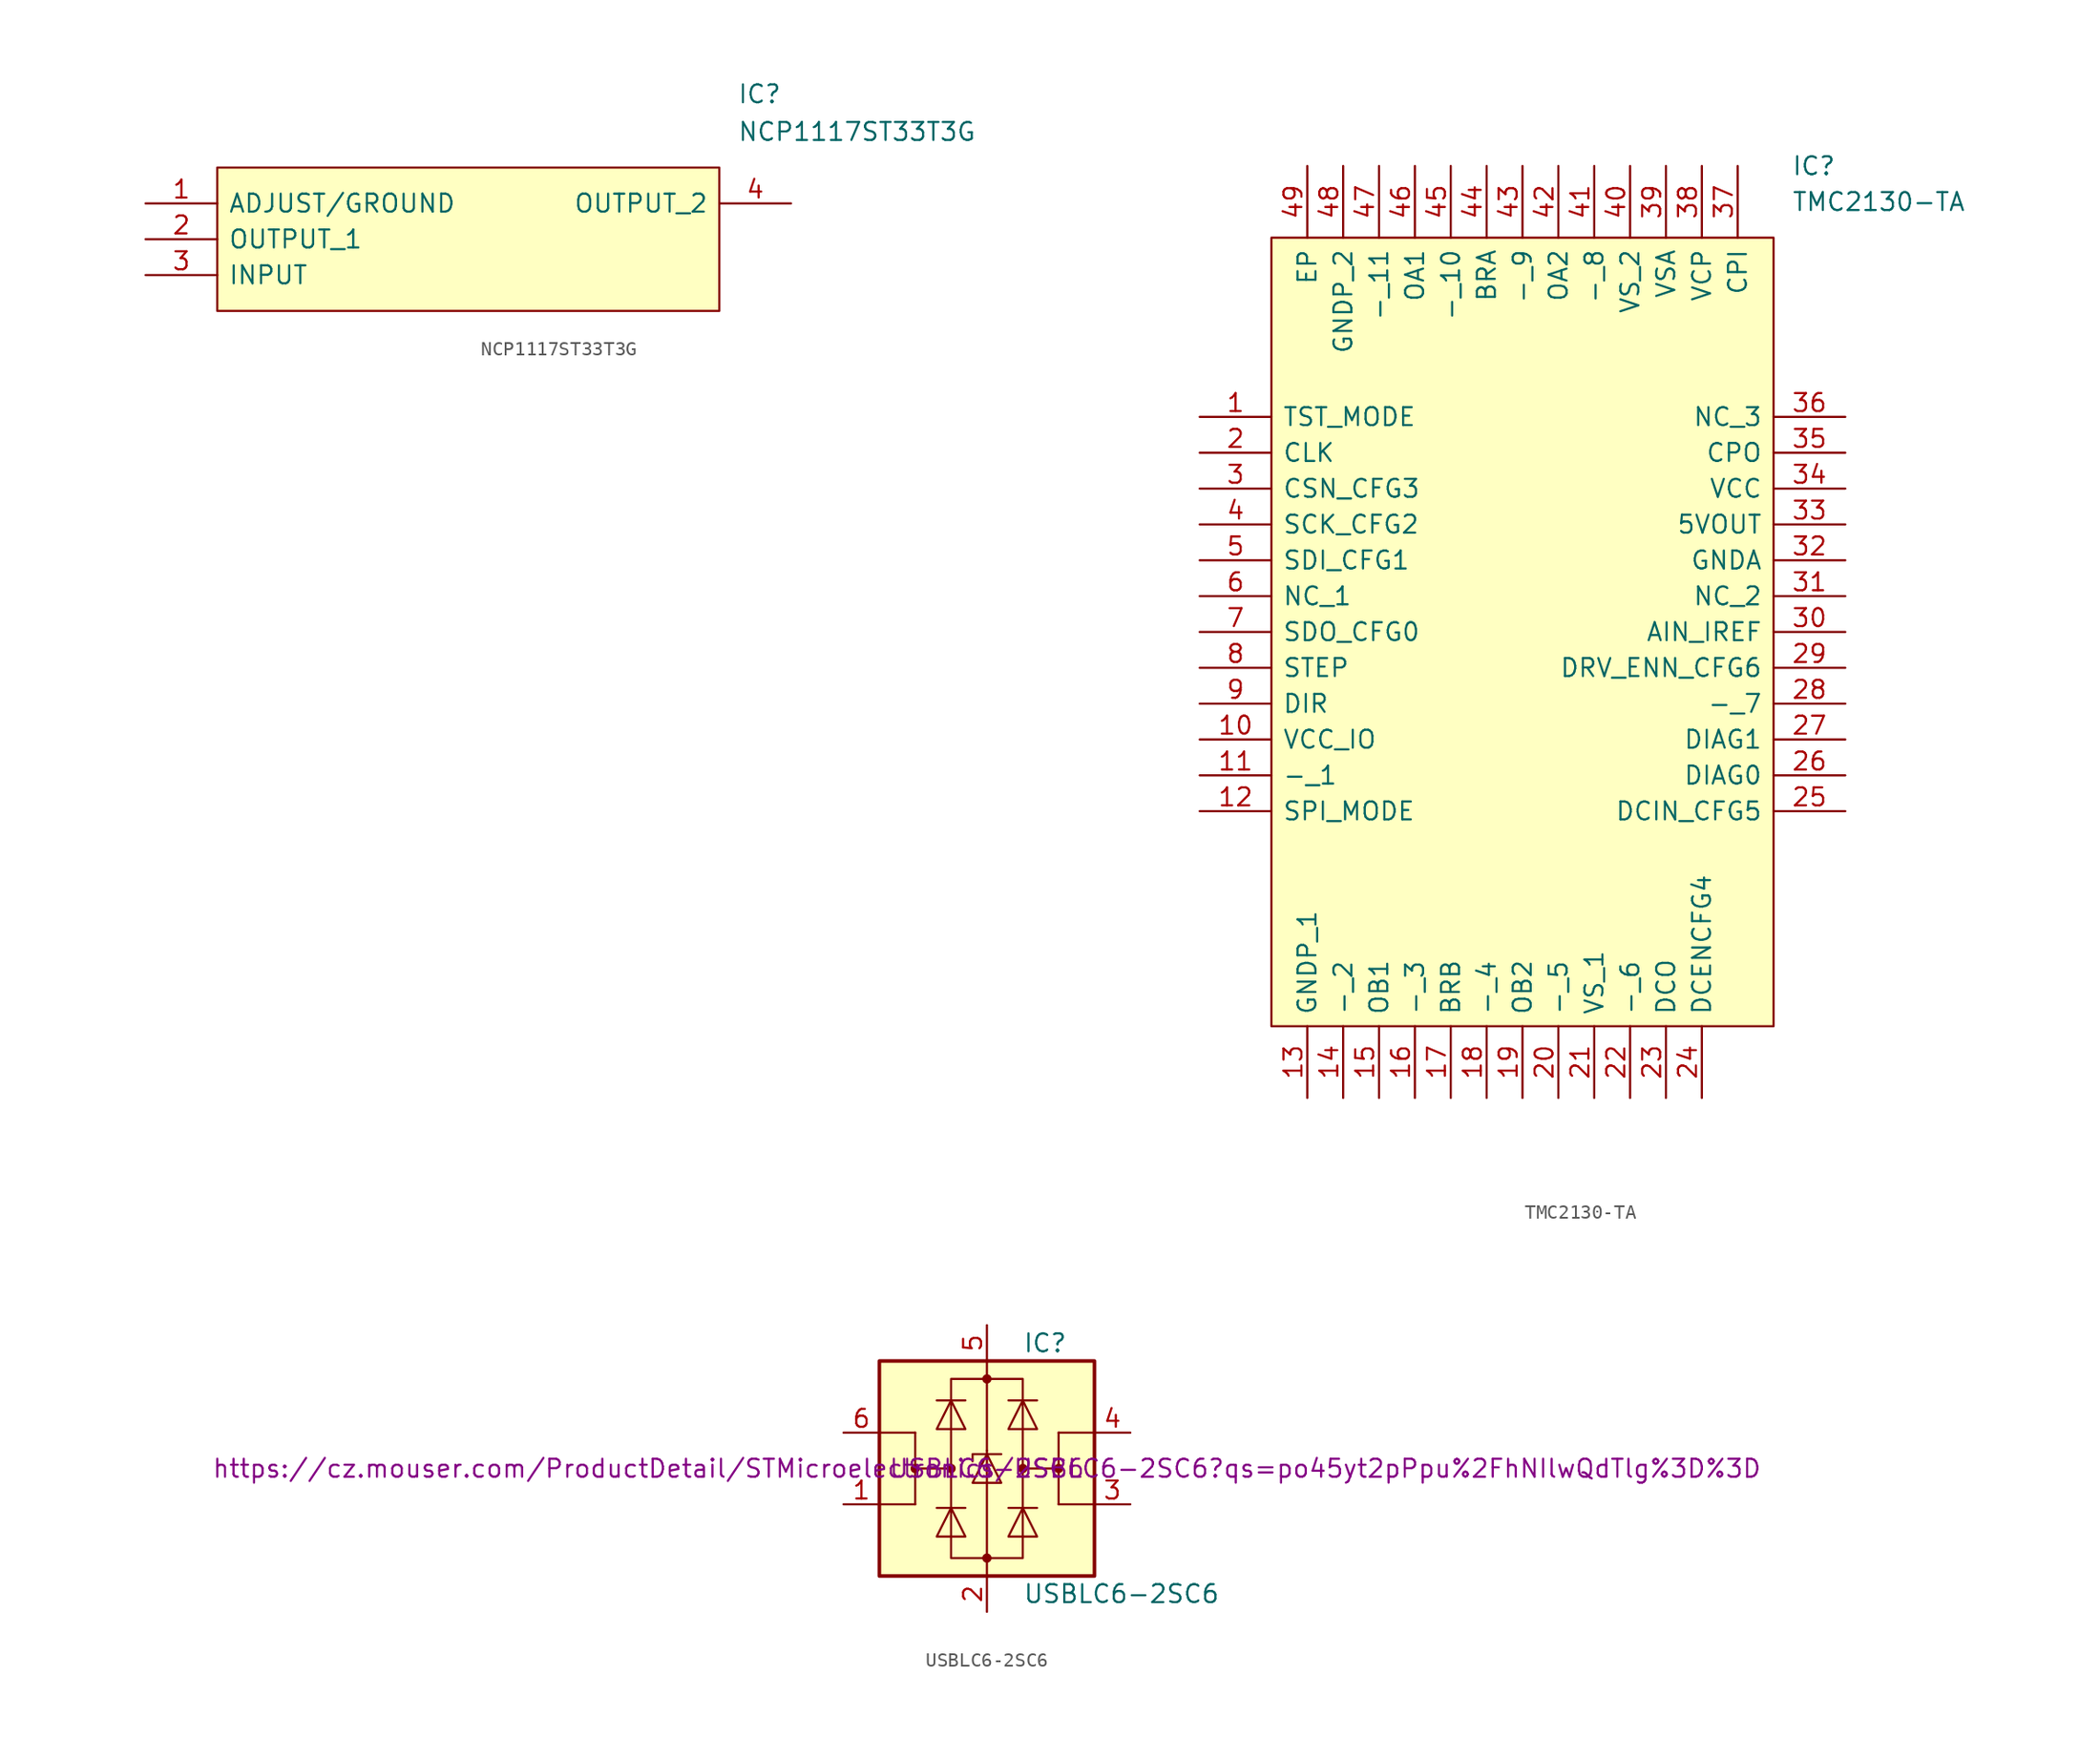
<source format=kicad_sym>
(kicad_symbol_lib
  (version 20220914)
  (generator kicad_symbol_editor)
  (symbol "NCP1117ST33T3G"
    (pin_names
      (offset 0.762))
    (property "Reference" "IC"
      (at 41.91 7.747 0)
      (effects (font (size 1.27 1.27)) (justify left)))
    (property "Value" "NCP1117ST33T3G"
      (at 41.91 5.08 0)
      (effects (font (size 1.27 1.27)) (justify left)))
    (symbol "NCP1117ST33T3G_0_0"
      (pin passive line (at 0 0 0) (length 5.08) (name "ADJUST/GROUND" (effects (font (size 1.27 1.27)))) (number "1" (effects (font (size 1.27 1.27)))))
      (pin passive line (at 0 -2.54 0) (length 5.08) (name "OUTPUT_1" (effects (font (size 1.27 1.27)))) (number "2" (effects (font (size 1.27 1.27)))))
      (pin passive line (at 0 -5.08 0) (length 5.08) (name "INPUT" (effects (font (size 1.27 1.27)))) (number "3" (effects (font (size 1.27 1.27)))))
      (pin passive line (at 45.72 0 180) (length 5.08) (name "OUTPUT_2" (effects (font (size 1.27 1.27)))) (number "4" (effects (font (size 1.27 1.27))))))
    (symbol "NCP1117ST33T3G_1_1"
      (polyline (pts (xy 5.08 2.54) (xy 40.64 2.54) (xy 40.64 -7.62) (xy 5.08 -7.62) (xy 5.08 2.54)) (stroke (width 0.152) (type solid)) (fill (type background)))))
  (symbol "TMC2130-TA"
    (pin_names
      (offset 0.762))
    (property "Reference" "IC"
      (at 41.91 17.78 0)
      (effects (font (size 1.27 1.27)) (justify left)))
    (property "Value" "TMC2130-TA"
      (at 41.91 15.24 0)
      (effects (font (size 1.27 1.27)) (justify left)))
    (symbol "TMC2130-TA_0_0"
      (pin passive line (at 0 0 0) (length 5.08) (name "TST_MODE" (effects (font (size 1.27 1.27)))) (number "1" (effects (font (size 1.27 1.27)))))
      (pin passive line (at 0 -22.86 0) (length 5.08) (name "VCC_IO" (effects (font (size 1.27 1.27)))) (number "10" (effects (font (size 1.27 1.27)))))
      (pin passive line (at 0 -25.4 0) (length 5.08) (name "-_1" (effects (font (size 1.27 1.27)))) (number "11" (effects (font (size 1.27 1.27)))))
      (pin passive line (at 0 -27.94 0) (length 5.08) (name "SPI_MODE" (effects (font (size 1.27 1.27)))) (number "12" (effects (font (size 1.27 1.27)))))
      (pin passive line (at 7.62 -48.26 90) (length 5.08) (name "GNDP_1" (effects (font (size 1.27 1.27)))) (number "13" (effects (font (size 1.27 1.27)))))
      (pin passive line (at 10.16 -48.26 90) (length 5.08) (name "-_2" (effects (font (size 1.27 1.27)))) (number "14" (effects (font (size 1.27 1.27)))))
      (pin passive line (at 12.7 -48.26 90) (length 5.08) (name "OB1" (effects (font (size 1.27 1.27)))) (number "15" (effects (font (size 1.27 1.27)))))
      (pin passive line (at 15.24 -48.26 90) (length 5.08) (name "-_3" (effects (font (size 1.27 1.27)))) (number "16" (effects (font (size 1.27 1.27)))))
      (pin passive line (at 17.78 -48.26 90) (length 5.08) (name "BRB" (effects (font (size 1.27 1.27)))) (number "17" (effects (font (size 1.27 1.27)))))
      (pin passive line (at 20.32 -48.26 90) (length 5.08) (name "-_4" (effects (font (size 1.27 1.27)))) (number "18" (effects (font (size 1.27 1.27)))))
      (pin passive line (at 22.86 -48.26 90) (length 5.08) (name "OB2" (effects (font (size 1.27 1.27)))) (number "19" (effects (font (size 1.27 1.27)))))
      (pin passive line (at 0 -2.54 0) (length 5.08) (name "CLK" (effects (font (size 1.27 1.27)))) (number "2" (effects (font (size 1.27 1.27)))))
      (pin passive line (at 25.4 -48.26 90) (length 5.08) (name "-_5" (effects (font (size 1.27 1.27)))) (number "20" (effects (font (size 1.27 1.27)))))
      (pin passive line (at 27.94 -48.26 90) (length 5.08) (name "VS_1" (effects (font (size 1.27 1.27)))) (number "21" (effects (font (size 1.27 1.27)))))
      (pin passive line (at 30.48 -48.26 90) (length 5.08) (name "-_6" (effects (font (size 1.27 1.27)))) (number "22" (effects (font (size 1.27 1.27)))))
      (pin passive line (at 33.02 -48.26 90) (length 5.08) (name "DCO" (effects (font (size 1.27 1.27)))) (number "23" (effects (font (size 1.27 1.27)))))
      (pin passive line (at 35.56 -48.26 90) (length 5.08) (name "DCENCFG4" (effects (font (size 1.27 1.27)))) (number "24" (effects (font (size 1.27 1.27)))))
      (pin passive line (at 45.72 -27.94 180) (length 5.08) (name "DCIN_CFG5" (effects (font (size 1.27 1.27)))) (number "25" (effects (font (size 1.27 1.27)))))
      (pin passive line (at 45.72 -25.4 180) (length 5.08) (name "DIAG0" (effects (font (size 1.27 1.27)))) (number "26" (effects (font (size 1.27 1.27)))))
      (pin passive line (at 45.72 -22.86 180) (length 5.08) (name "DIAG1" (effects (font (size 1.27 1.27)))) (number "27" (effects (font (size 1.27 1.27)))))
      (pin passive line (at 45.72 -20.32 180) (length 5.08) (name "-_7" (effects (font (size 1.27 1.27)))) (number "28" (effects (font (size 1.27 1.27)))))
      (pin passive line (at 45.72 -17.78 180) (length 5.08) (name "DRV_ENN_CFG6" (effects (font (size 1.27 1.27)))) (number "29" (effects (font (size 1.27 1.27)))))
      (pin passive line (at 0 -5.08 0) (length 5.08) (name "CSN_CFG3" (effects (font (size 1.27 1.27)))) (number "3" (effects (font (size 1.27 1.27)))))
      (pin passive line (at 45.72 -15.24 180) (length 5.08) (name "AIN_IREF" (effects (font (size 1.27 1.27)))) (number "30" (effects (font (size 1.27 1.27)))))
      (pin passive line (at 45.72 -12.7 180) (length 5.08) (name "NC_2" (effects (font (size 1.27 1.27)))) (number "31" (effects (font (size 1.27 1.27)))))
      (pin passive line (at 45.72 -10.16 180) (length 5.08) (name "GNDA" (effects (font (size 1.27 1.27)))) (number "32" (effects (font (size 1.27 1.27)))))
      (pin passive line (at 45.72 -7.62 180) (length 5.08) (name "5VOUT" (effects (font (size 1.27 1.27)))) (number "33" (effects (font (size 1.27 1.27)))))
      (pin passive line (at 45.72 -5.08 180) (length 5.08) (name "VCC" (effects (font (size 1.27 1.27)))) (number "34" (effects (font (size 1.27 1.27)))))
      (pin passive line (at 45.72 -2.54 180) (length 5.08) (name "CPO" (effects (font (size 1.27 1.27)))) (number "35" (effects (font (size 1.27 1.27)))))
      (pin passive line (at 45.72 0 180) (length 5.08) (name "NC_3" (effects (font (size 1.27 1.27)))) (number "36" (effects (font (size 1.27 1.27)))))
      (pin passive line (at 38.1 17.78 270) (length 5.08) (name "CPI" (effects (font (size 1.27 1.27)))) (number "37" (effects (font (size 1.27 1.27)))))
      (pin passive line (at 35.56 17.78 270) (length 5.08) (name "VCP" (effects (font (size 1.27 1.27)))) (number "38" (effects (font (size 1.27 1.27)))))
      (pin passive line (at 33.02 17.78 270) (length 5.08) (name "VSA" (effects (font (size 1.27 1.27)))) (number "39" (effects (font (size 1.27 1.27)))))
      (pin passive line (at 0 -7.62 0) (length 5.08) (name "SCK_CFG2" (effects (font (size 1.27 1.27)))) (number "4" (effects (font (size 1.27 1.27)))))
      (pin passive line (at 30.48 17.78 270) (length 5.08) (name "VS_2" (effects (font (size 1.27 1.27)))) (number "40" (effects (font (size 1.27 1.27)))))
      (pin passive line (at 27.94 17.78 270) (length 5.08) (name "-_8" (effects (font (size 1.27 1.27)))) (number "41" (effects (font (size 1.27 1.27)))))
      (pin passive line (at 25.4 17.78 270) (length 5.08) (name "OA2" (effects (font (size 1.27 1.27)))) (number "42" (effects (font (size 1.27 1.27)))))
      (pin passive line (at 22.86 17.78 270) (length 5.08) (name "-_9" (effects (font (size 1.27 1.27)))) (number "43" (effects (font (size 1.27 1.27)))))
      (pin passive line (at 20.32 17.78 270) (length 5.08) (name "BRA" (effects (font (size 1.27 1.27)))) (number "44" (effects (font (size 1.27 1.27)))))
      (pin passive line (at 17.78 17.78 270) (length 5.08) (name "-_10" (effects (font (size 1.27 1.27)))) (number "45" (effects (font (size 1.27 1.27)))))
      (pin passive line (at 15.24 17.78 270) (length 5.08) (name "OA1" (effects (font (size 1.27 1.27)))) (number "46" (effects (font (size 1.27 1.27)))))
      (pin passive line (at 12.7 17.78 270) (length 5.08) (name "-_11" (effects (font (size 1.27 1.27)))) (number "47" (effects (font (size 1.27 1.27)))))
      (pin passive line (at 10.16 17.78 270) (length 5.08) (name "GNDP_2" (effects (font (size 1.27 1.27)))) (number "48" (effects (font (size 1.27 1.27)))))
      (pin passive line (at 7.62 17.78 270) (length 5.08) (name "EP" (effects (font (size 1.27 1.27)))) (number "49" (effects (font (size 1.27 1.27)))))
      (pin passive line (at 0 -10.16 0) (length 5.08) (name "SDI_CFG1" (effects (font (size 1.27 1.27)))) (number "5" (effects (font (size 1.27 1.27)))))
      (pin passive line (at 0 -12.7 0) (length 5.08) (name "NC_1" (effects (font (size 1.27 1.27)))) (number "6" (effects (font (size 1.27 1.27)))))
      (pin passive line (at 0 -15.24 0) (length 5.08) (name "SDO_CFG0" (effects (font (size 1.27 1.27)))) (number "7" (effects (font (size 1.27 1.27)))))
      (pin passive line (at 0 -17.78 0) (length 5.08) (name "STEP" (effects (font (size 1.27 1.27)))) (number "8" (effects (font (size 1.27 1.27)))))
      (pin passive line (at 0 -20.32 0) (length 5.08) (name "DIR" (effects (font (size 1.27 1.27)))) (number "9" (effects (font (size 1.27 1.27))))))
    (symbol "TMC2130-TA_1_1"
      (polyline (pts (xy 5.08 12.7) (xy 40.64 12.7) (xy 40.64 -43.18) (xy 5.08 -43.18) (xy 5.08 12.7)) (stroke (width 0.152) (type solid)) (fill (type background)))))
  (symbol "USBLC6-2SC6"
    (pin_names hide)
    (property "Reference" "IC"
      (at 2.54 8.89 0)
      (effects (font (size 1.27 1.27)) (justify left)))
    (property "Value" "USBLC6-2SC6"
      (at 2.54 -8.89 0)
      (effects (font (size 1.27 1.27)) (justify left)))
    (property "Manufacturer_Part_Number" "USBLC6-2SC6"
      (at 0 0 0)
      (effects (font (size 1.27 1.27))))
    (property "Mouser" "https://cz.mouser.com/ProductDetail/STMicroelectronics/USBLC6-2SC6?qs=po45yt2pPpu%2FhNIlwQdTlg%3D%3D"
      (at 0 0 0)
      (effects (font (size 1.27 1.27))))
    (symbol "USBLC6-2SC6_0_1"
      (rectangle (start -7.62 -7.62) (end 7.62 7.62) (stroke (width 0.254) (type solid)) (fill (type background)))
      (circle (center -5.08 0) (radius 0.254) (stroke (width 0) (type solid)) (fill (type outline)))
      (circle (center -2.54 0) (radius 0.254) (stroke (width 0) (type solid)) (fill (type outline)))
      (rectangle (start -2.54 6.35) (end 2.54 -6.35) (stroke (width 0) (type solid)) (fill (type none)))
      (circle (center 0 -6.35) (radius 0.254) (stroke (width 0) (type solid)) (fill (type outline)))
      (polyline (pts (xy -5.08 -2.54) (xy -7.62 -2.54)) (stroke (width 0) (type solid)) (fill (type none)))
      (polyline (pts (xy -5.08 0) (xy -5.08 -2.54)) (stroke (width 0) (type solid)) (fill (type none)))
      (polyline (pts (xy -5.08 2.54) (xy -7.62 2.54)) (stroke (width 0) (type solid)) (fill (type none)))
      (polyline (pts (xy -1.524 -2.794) (xy -3.556 -2.794)) (stroke (width 0) (type solid)) (fill (type none)))
      (polyline (pts (xy -1.524 4.826) (xy -3.556 4.826)) (stroke (width 0) (type solid)) (fill (type none)))
      (polyline (pts (xy 0 -7.62) (xy 0 -6.35)) (stroke (width 0) (type solid)) (fill (type none)))
      (polyline (pts (xy 0 -6.35) (xy 0 1.27)) (stroke (width 0) (type solid)) (fill (type none)))
      (polyline (pts (xy 0 1.27) (xy 0 6.35)) (stroke (width 0) (type solid)) (fill (type none)))
      (polyline (pts (xy 0 6.35) (xy 0 7.62)) (stroke (width 0) (type solid)) (fill (type none)))
      (polyline (pts (xy 1.524 -2.794) (xy 3.556 -2.794)) (stroke (width 0) (type solid)) (fill (type none)))
      (polyline (pts (xy 1.524 4.826) (xy 3.556 4.826)) (stroke (width 0) (type solid)) (fill (type none)))
      (polyline (pts (xy 5.08 -2.54) (xy 7.62 -2.54)) (stroke (width 0) (type solid)) (fill (type none)))
      (polyline (pts (xy 5.08 0) (xy 5.08 -2.54)) (stroke (width 0) (type solid)) (fill (type none)))
      (polyline (pts (xy 5.08 2.54) (xy 7.62 2.54)) (stroke (width 0) (type solid)) (fill (type none)))
      (polyline (pts (xy -2.54 0) (xy -5.08 0) (xy -5.08 2.54)) (stroke (width 0) (type solid)) (fill (type none)))
      (polyline (pts (xy 2.54 0) (xy 5.08 0) (xy 5.08 2.54)) (stroke (width 0) (type solid)) (fill (type none)))
      (polyline (pts (xy -3.556 -4.826) (xy -1.524 -4.826) (xy -2.54 -2.794) (xy -3.556 -4.826)) (stroke (width 0) (type solid)) (fill (type none)))
      (polyline (pts (xy -3.556 2.794) (xy -1.524 2.794) (xy -2.54 4.826) (xy -3.556 2.794)) (stroke (width 0) (type solid)) (fill (type none)))
      (polyline (pts (xy -1.016 -1.016) (xy 1.016 -1.016) (xy 0 1.016) (xy -1.016 -1.016)) (stroke (width 0) (type solid)) (fill (type none)))
      (polyline (pts (xy 1.016 1.016) (xy 0.762 1.016) (xy -1.016 1.016) (xy -1.016 0.508)) (stroke (width 0) (type solid)) (fill (type none)))
      (polyline (pts (xy 3.556 -4.826) (xy 1.524 -4.826) (xy 2.54 -2.794) (xy 3.556 -4.826)) (stroke (width 0) (type solid)) (fill (type none)))
      (polyline (pts (xy 3.556 2.794) (xy 1.524 2.794) (xy 2.54 4.826) (xy 3.556 2.794)) (stroke (width 0) (type solid)) (fill (type none)))
      (circle (center 0 6.35) (radius 0.254) (stroke (width 0) (type solid)) (fill (type outline)))
      (circle (center 2.54 0) (radius 0.254) (stroke (width 0) (type solid)) (fill (type outline)))
      (circle (center 5.08 0) (radius 0.254) (stroke (width 0) (type solid)) (fill (type outline))))
    (symbol "USBLC6-2SC6_1_1"
      (pin passive line (at -10.16 -2.54 0) (length 2.54) (name "I/O1" (effects (font (size 1.27 1.27)))) (number "1" (effects (font (size 1.27 1.27)))))
      (pin passive line (at 0 -10.16 90) (length 2.54) (name "GND" (effects (font (size 1.27 1.27)))) (number "2" (effects (font (size 1.27 1.27)))))
      (pin passive line (at 10.16 -2.54 180) (length 2.54) (name "I/O2" (effects (font (size 1.27 1.27)))) (number "3" (effects (font (size 1.27 1.27)))))
      (pin passive line (at 10.16 2.54 180) (length 2.54) (name "I/O2" (effects (font (size 1.27 1.27)))) (number "4" (effects (font (size 1.27 1.27)))))
      (pin passive line (at 0 10.16 270) (length 2.54) (name "VBUS" (effects (font (size 1.27 1.27)))) (number "5" (effects (font (size 1.27 1.27)))))
      (pin passive line (at -10.16 2.54 0) (length 2.54) (name "I/O1" (effects (font (size 1.27 1.27)))) (number "6" (effects (font (size 1.27 1.27))))))))
</source>
